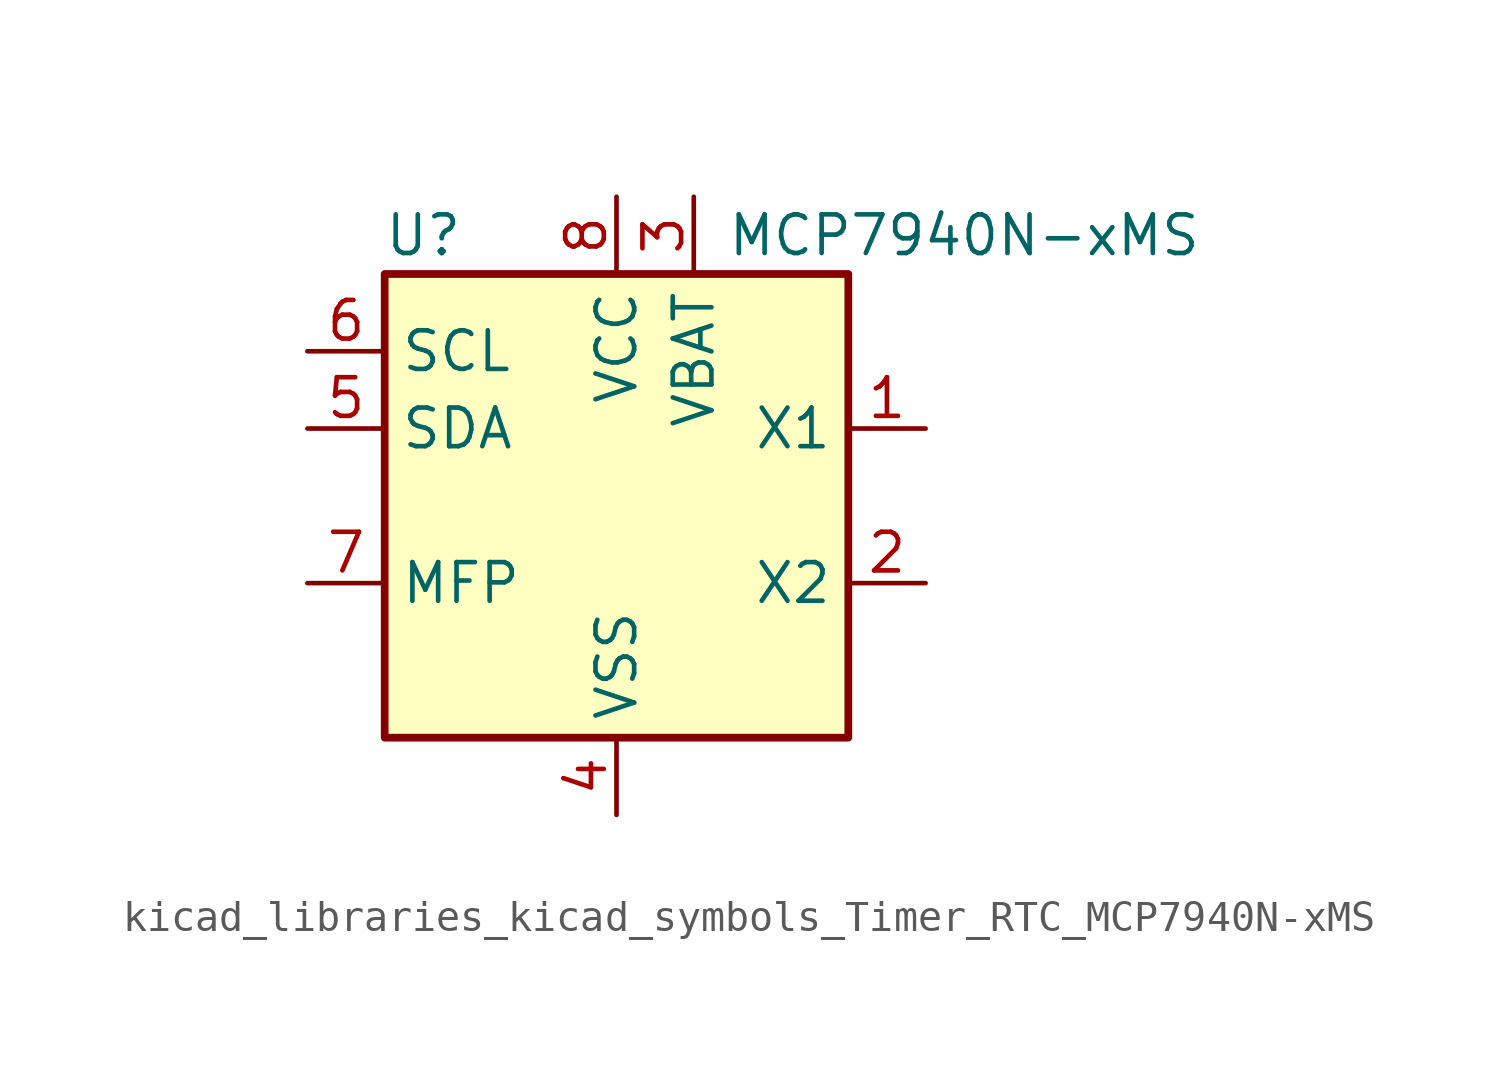
<source format=kicad_sym>
(kicad_symbol_lib
  (version 20220914)
  (generator kicad_symbol_editor)
  (symbol "kicad_libraries_kicad_symbols_Timer_RTC_MCP7940N-xMS"
    (property "Reference" "U"
      (at -6.35 8.89 0)
      (effects (font (size 1.27 1.27))))
    (property "Value" "MCP7940N-xMS"
      (at 11.43 8.89 0)
      (effects (font (size 1.27 1.27))))
    (symbol "kicad_libraries_kicad_symbols_Timer_RTC_MCP7940N-xMS_0_1"
      (rectangle (start -7.62 7.62) (end 7.62 -7.62) (stroke (width 0.254) (type default)) (fill (type background))))
    (symbol "kicad_libraries_kicad_symbols_Timer_RTC_MCP7940N-xMS_1_1"
      (pin input line (at 10.16 2.54 180) (length 2.54) (name "X1" (effects (font (size 1.27 1.27)))) (number "1" (effects (font (size 1.27 1.27)))))
      (pin output line (at 10.16 -2.54 180) (length 2.54) (name "X2" (effects (font (size 1.27 1.27)))) (number "2" (effects (font (size 1.27 1.27)))))
      (pin power_in line (at 2.54 10.16 270) (length 2.54) (name "VBAT" (effects (font (size 1.27 1.27)))) (number "3" (effects (font (size 1.27 1.27)))))
      (pin power_in line (at 0 -10.16 90) (length 2.54) (name "VSS" (effects (font (size 1.27 1.27)))) (number "4" (effects (font (size 1.27 1.27)))))
      (pin bidirectional line (at -10.16 2.54 0) (length 2.54) (name "SDA" (effects (font (size 1.27 1.27)))) (number "5" (effects (font (size 1.27 1.27)))))
      (pin input line (at -10.16 5.08 0) (length 2.54) (name "SCL" (effects (font (size 1.27 1.27)))) (number "6" (effects (font (size 1.27 1.27)))))
      (pin open_collector line (at -10.16 -2.54 0) (length 2.54) (name "MFP" (effects (font (size 1.27 1.27)))) (number "7" (effects (font (size 1.27 1.27)))))
      (pin power_in line (at 0 10.16 270) (length 2.54) (name "VCC" (effects (font (size 1.27 1.27)))) (number "8" (effects (font (size 1.27 1.27))))))))
</source>
